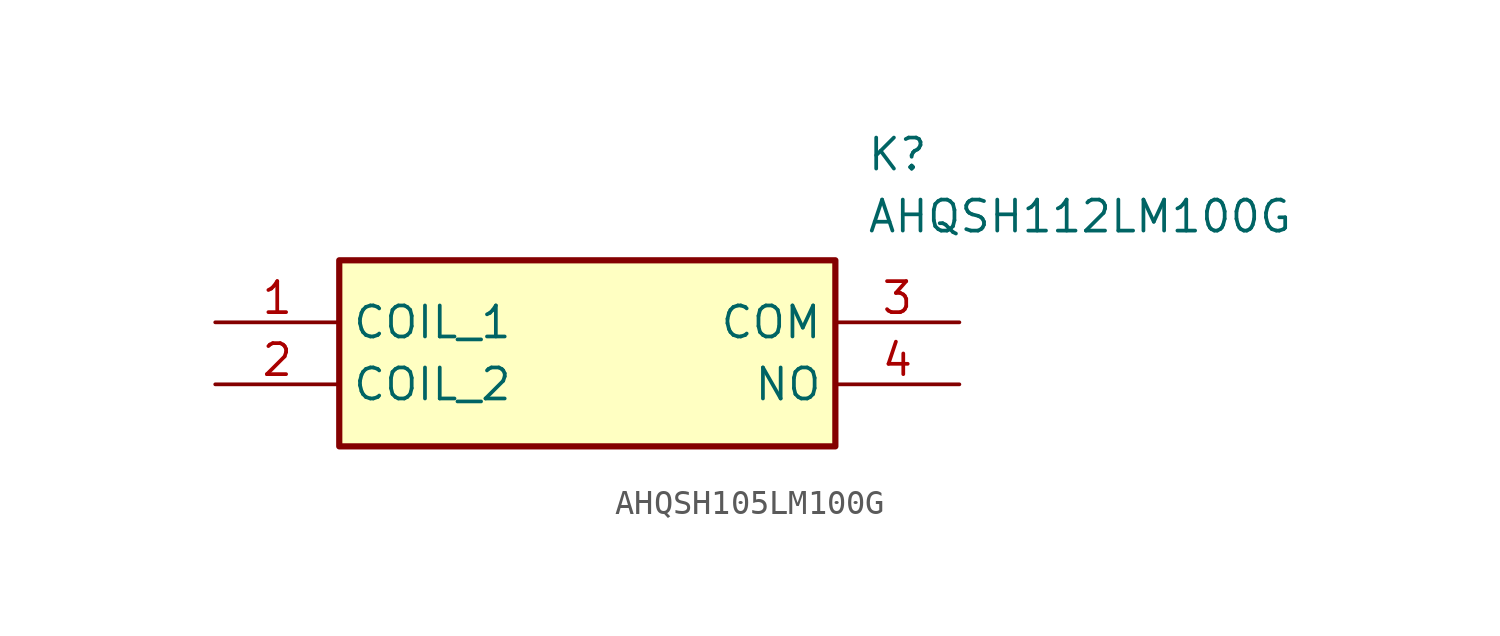
<source format=kicad_sym>
(kicad_symbol_lib
  (version 20220914)
  (generator kicad_symbol_editor)
  (symbol "AHQSH105LM100G"
    (property "Reference" "K"
      (at 26.67 7.62 0)
      (effects (font (size 1.27 1.27)) (justify left top)))
    (property "Value" "AHQSH112LM100G"
      (at 26.67 5.08 0)
      (effects (font (size 1.27 1.27)) (justify left top)))
    (symbol "AHQSH105LM100G_1_1"
      (rectangle (start 5.08 2.54) (end 25.4 -5.08) (stroke (width 0.254) (type default)) (fill (type background)))
      (pin passive line (at 0 0 0) (length 5.08) (name "COIL_1" (effects (font (size 1.27 1.27)))) (number "1" (effects (font (size 1.27 1.27)))))
      (pin passive line (at 0 -2.54 0) (length 5.08) (name "COIL_2" (effects (font (size 1.27 1.27)))) (number "2" (effects (font (size 1.27 1.27)))))
      (pin passive line (at 30.48 0 180) (length 5.08) (name "COM" (effects (font (size 1.27 1.27)))) (number "3" (effects (font (size 1.27 1.27)))))
      (pin passive line (at 30.48 -2.54 180) (length 5.08) (name "NO" (effects (font (size 1.27 1.27)))) (number "4" (effects (font (size 1.27 1.27))))))))
</source>
